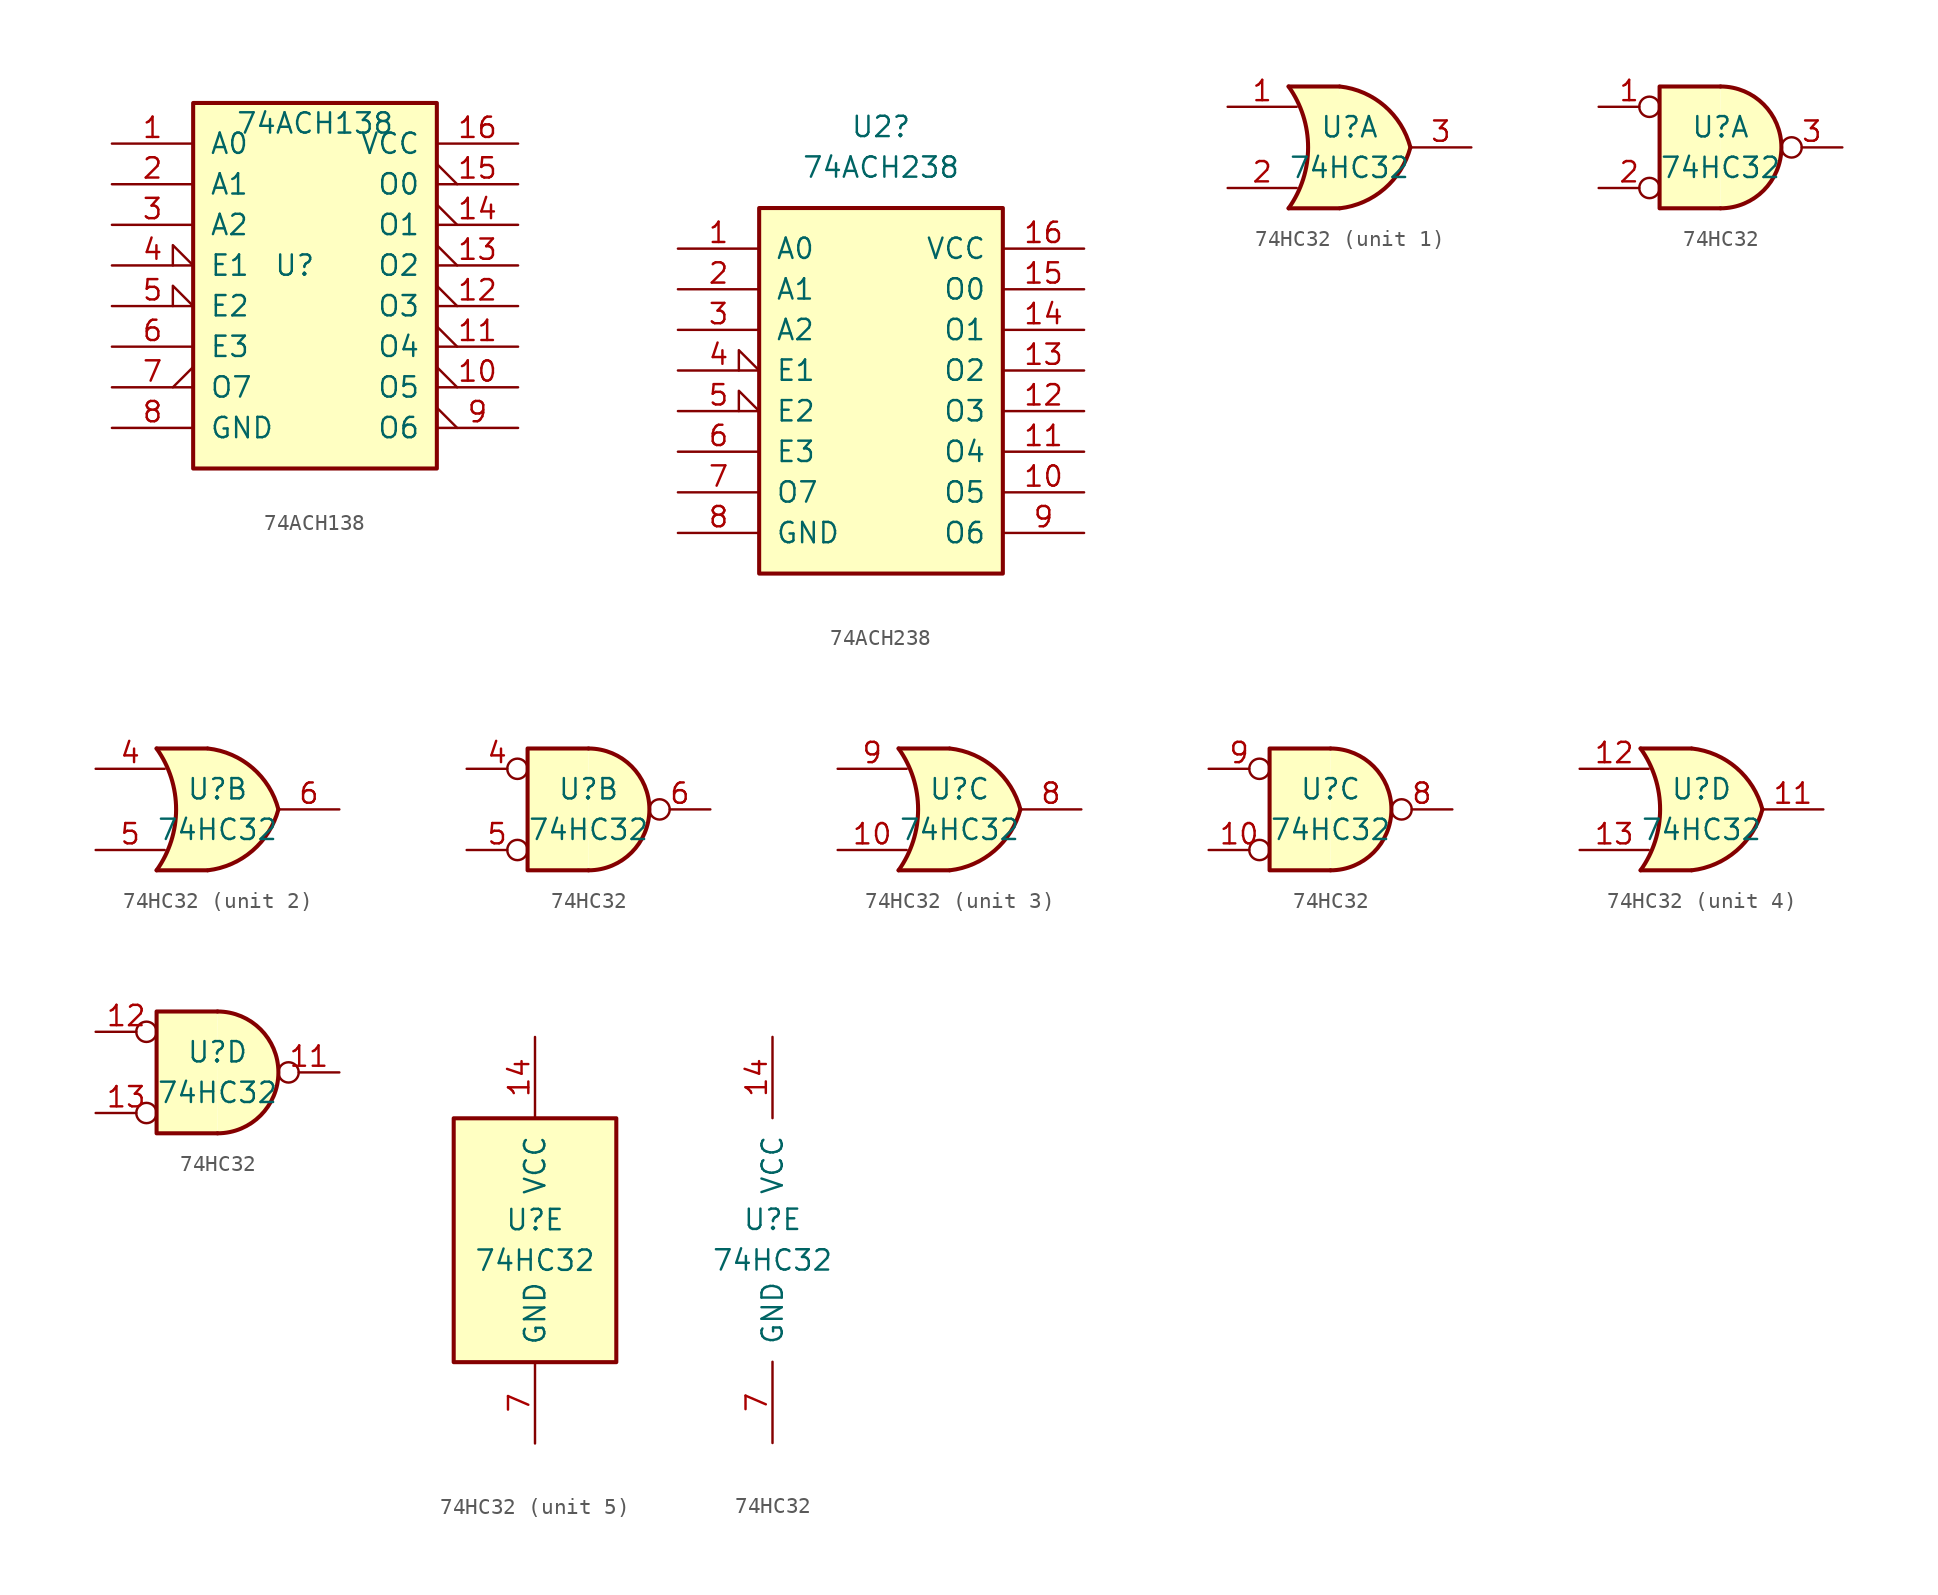
<source format=kicad_sym>
(kicad_symbol_lib
  (version 20220914)
  (generator kicad_symbol_editor)
  (symbol "74ACH138"
    (pin_names
      (offset 1.016))
    (property "Reference" "U"
      (at -1.27 0 0)
      (effects (font (size 1.27 1.27))))
    (property "Value" "74ACH138"
      (at 0 8.89 0)
      (effects (font (size 1.27 1.27))))
    (symbol "74ACH138_1_0"
      (pin input line (at -12.7 7.62 0) (length 5.08) (name "A0" (effects (font (size 1.27 1.27)))) (number "1" (effects (font (size 1.27 1.27)))))
      (pin output output_low (at 12.7 -7.62 180) (length 5.08) (name "O5" (effects (font (size 1.27 1.27)))) (number "10" (effects (font (size 1.27 1.27)))))
      (pin output output_low (at 12.7 -5.08 180) (length 5.08) (name "O4" (effects (font (size 1.27 1.27)))) (number "11" (effects (font (size 1.27 1.27)))))
      (pin output output_low (at 12.7 -2.54 180) (length 5.08) (name "O3" (effects (font (size 1.27 1.27)))) (number "12" (effects (font (size 1.27 1.27)))))
      (pin output output_low (at 12.7 0 180) (length 5.08) (name "O2" (effects (font (size 1.27 1.27)))) (number "13" (effects (font (size 1.27 1.27)))))
      (pin output output_low (at 12.7 2.54 180) (length 5.08) (name "O1" (effects (font (size 1.27 1.27)))) (number "14" (effects (font (size 1.27 1.27)))))
      (pin output output_low (at 12.7 5.08 180) (length 5.08) (name "O0" (effects (font (size 1.27 1.27)))) (number "15" (effects (font (size 1.27 1.27)))))
      (pin power_in line (at 12.7 7.62 180) (length 5.08) (name "VCC" (effects (font (size 1.27 1.27)))) (number "16" (effects (font (size 1.27 1.27)))))
      (pin input line (at -12.7 5.08 0) (length 5.08) (name "A1" (effects (font (size 1.27 1.27)))) (number "2" (effects (font (size 1.27 1.27)))))
      (pin input line (at -12.7 2.54 0) (length 5.08) (name "A2" (effects (font (size 1.27 1.27)))) (number "3" (effects (font (size 1.27 1.27)))))
      (pin input input_low (at -12.7 0 0) (length 5.08) (name "E1" (effects (font (size 1.27 1.27)))) (number "4" (effects (font (size 1.27 1.27)))))
      (pin input input_low (at -12.7 -2.54 0) (length 5.08) (name "E2" (effects (font (size 1.27 1.27)))) (number "5" (effects (font (size 1.27 1.27)))))
      (pin input line (at -12.7 -5.08 0) (length 5.08) (name "E3" (effects (font (size 1.27 1.27)))) (number "6" (effects (font (size 1.27 1.27)))))
      (pin output output_low (at -12.7 -7.62 0) (length 5.08) (name "O7" (effects (font (size 1.27 1.27)))) (number "7" (effects (font (size 1.27 1.27)))))
      (pin power_in line (at -12.7 -10.16 0) (length 5.08) (name "GND" (effects (font (size 1.27 1.27)))) (number "8" (effects (font (size 1.27 1.27)))))
      (pin output output_low (at 12.7 -10.16 180) (length 5.08) (name "O6" (effects (font (size 1.27 1.27)))) (number "9" (effects (font (size 1.27 1.27))))))
    (symbol "74ACH138_1_1"
      (rectangle (start -7.62 10.16) (end 7.62 -12.7) (stroke (width 0.254) (type default)) (fill (type background)))))
  (symbol "74ACH238"
    (pin_names
      (offset 1.016))
    (property "Reference" "U2"
      (at 0 15.24 0)
      (effects (font (size 1.27 1.27))))
    (property "Value" "74ACH238"
      (at 0 12.7 0)
      (effects (font (size 1.27 1.27))))
    (symbol "74ACH238_1_0"
      (pin input line (at -12.7 7.62 0) (length 5.08) (name "A0" (effects (font (size 1.27 1.27)))) (number "1" (effects (font (size 1.27 1.27)))))
      (pin output line (at 12.7 -7.62 180) (length 5.08) (name "O5" (effects (font (size 1.27 1.27)))) (number "10" (effects (font (size 1.27 1.27)))))
      (pin output line (at 12.7 -5.08 180) (length 5.08) (name "O4" (effects (font (size 1.27 1.27)))) (number "11" (effects (font (size 1.27 1.27)))))
      (pin output line (at 12.7 -2.54 180) (length 5.08) (name "O3" (effects (font (size 1.27 1.27)))) (number "12" (effects (font (size 1.27 1.27)))))
      (pin output line (at 12.7 0 180) (length 5.08) (name "O2" (effects (font (size 1.27 1.27)))) (number "13" (effects (font (size 1.27 1.27)))))
      (pin output line (at 12.7 2.54 180) (length 5.08) (name "O1" (effects (font (size 1.27 1.27)))) (number "14" (effects (font (size 1.27 1.27)))))
      (pin output line (at 12.7 5.08 180) (length 5.08) (name "O0" (effects (font (size 1.27 1.27)))) (number "15" (effects (font (size 1.27 1.27)))))
      (pin power_in line (at 12.7 7.62 180) (length 5.08) (name "VCC" (effects (font (size 1.27 1.27)))) (number "16" (effects (font (size 1.27 1.27)))))
      (pin input line (at -12.7 5.08 0) (length 5.08) (name "A1" (effects (font (size 1.27 1.27)))) (number "2" (effects (font (size 1.27 1.27)))))
      (pin input line (at -12.7 2.54 0) (length 5.08) (name "A2" (effects (font (size 1.27 1.27)))) (number "3" (effects (font (size 1.27 1.27)))))
      (pin input input_low (at -12.7 0 0) (length 5.08) (name "E1" (effects (font (size 1.27 1.27)))) (number "4" (effects (font (size 1.27 1.27)))))
      (pin input input_low (at -12.7 -2.54 0) (length 5.08) (name "E2" (effects (font (size 1.27 1.27)))) (number "5" (effects (font (size 1.27 1.27)))))
      (pin input line (at -12.7 -5.08 0) (length 5.08) (name "E3" (effects (font (size 1.27 1.27)))) (number "6" (effects (font (size 1.27 1.27)))))
      (pin output line (at -12.7 -7.62 0) (length 5.08) (name "O7" (effects (font (size 1.27 1.27)))) (number "7" (effects (font (size 1.27 1.27)))))
      (pin power_in line (at -12.7 -10.16 0) (length 5.08) (name "GND" (effects (font (size 1.27 1.27)))) (number "8" (effects (font (size 1.27 1.27)))))
      (pin output line (at 12.7 -10.16 180) (length 5.08) (name "O6" (effects (font (size 1.27 1.27)))) (number "9" (effects (font (size 1.27 1.27))))))
    (symbol "74ACH238_1_1"
      (rectangle (start -7.62 10.16) (end 7.62 -12.7) (stroke (width 0.254) (type default)) (fill (type background)))))
  (symbol "74HC32"
    (pin_names
      (offset 1.016))
    (property "Reference" "U"
      (at 0 1.27 0)
      (effects (font (size 1.27 1.27))))
    (property "Value" "74HC32"
      (at 0 -1.27 0)
      (effects (font (size 1.27 1.27))))
    (property "ki_locked" ""
      (at 0 0 0)
      (effects (font (size 1.27 1.27))))
    (symbol "74HC32_1_1"
      (arc (start -3.81 -3.81) (mid -2.589 0) (end -3.81 3.81) (stroke (width 0.254) (type default)) (fill (type none)))
      (arc (start -0.6096 -3.81) (mid 2.1842 -2.5851) (end 3.81 0) (stroke (width 0.254) (type default)) (fill (type background)))
      (polyline (pts (xy -3.81 -3.81) (xy -0.635 -3.81)) (stroke (width 0.254) (type default)) (fill (type background)))
      (polyline (pts (xy -3.81 3.81) (xy -0.635 3.81)) (stroke (width 0.254) (type default)) (fill (type background)))
      (polyline (pts (xy -0.635 3.81) (xy -3.81 3.81) (xy -3.81 3.81) (xy -3.556 3.404) (xy -3.023 2.261) (xy -2.692 1.041) (xy -2.616 -0.254) (xy -2.769 -1.499) (xy -3.175 -2.718) (xy -3.81 -3.81) (xy -3.81 -3.81) (xy -0.635 -3.81)) (stroke (width -25.4) (type default)) (fill (type background)))
      (arc (start 3.81 0) (mid 2.1915 2.5936) (end -0.6096 3.81) (stroke (width 0.254) (type default)) (fill (type background)))
      (pin input line (at -7.62 2.54 0) (length 4.318) (name "~" (effects (font (size 1.27 1.27)))) (number "1" (effects (font (size 1.27 1.27)))))
      (pin input line (at -7.62 -2.54 0) (length 4.318) (name "~" (effects (font (size 1.27 1.27)))) (number "2" (effects (font (size 1.27 1.27)))))
      (pin output line (at 7.62 0 180) (length 3.81) (name "~" (effects (font (size 1.27 1.27)))) (number "3" (effects (font (size 1.27 1.27))))))
    (symbol "74HC32_1_2"
      (arc (start 0 -3.81) (mid 3.7934 0) (end 0 3.81) (stroke (width 0.254) (type default)) (fill (type background)))
      (polyline (pts (xy 0 3.81) (xy -3.81 3.81) (xy -3.81 -3.81) (xy 0 -3.81)) (stroke (width 0.254) (type default)) (fill (type background)))
      (pin input inverted (at -7.62 2.54 0) (length 3.81) (name "~" (effects (font (size 1.27 1.27)))) (number "1" (effects (font (size 1.27 1.27)))))
      (pin input inverted (at -7.62 -2.54 0) (length 3.81) (name "~" (effects (font (size 1.27 1.27)))) (number "2" (effects (font (size 1.27 1.27)))))
      (pin output inverted (at 7.62 0 180) (length 3.81) (name "~" (effects (font (size 1.27 1.27)))) (number "3" (effects (font (size 1.27 1.27))))))
    (symbol "74HC32_2_1"
      (arc (start -3.81 -3.81) (mid -2.589 0) (end -3.81 3.81) (stroke (width 0.254) (type default)) (fill (type none)))
      (arc (start -0.6096 -3.81) (mid 2.1842 -2.5851) (end 3.81 0) (stroke (width 0.254) (type default)) (fill (type background)))
      (polyline (pts (xy -3.81 -3.81) (xy -0.635 -3.81)) (stroke (width 0.254) (type default)) (fill (type background)))
      (polyline (pts (xy -3.81 3.81) (xy -0.635 3.81)) (stroke (width 0.254) (type default)) (fill (type background)))
      (polyline (pts (xy -0.635 3.81) (xy -3.81 3.81) (xy -3.81 3.81) (xy -3.556 3.404) (xy -3.023 2.261) (xy -2.692 1.041) (xy -2.616 -0.254) (xy -2.769 -1.499) (xy -3.175 -2.718) (xy -3.81 -3.81) (xy -3.81 -3.81) (xy -0.635 -3.81)) (stroke (width -25.4) (type default)) (fill (type background)))
      (arc (start 3.81 0) (mid 2.1915 2.5936) (end -0.6096 3.81) (stroke (width 0.254) (type default)) (fill (type background)))
      (pin input line (at -7.62 2.54 0) (length 4.318) (name "~" (effects (font (size 1.27 1.27)))) (number "4" (effects (font (size 1.27 1.27)))))
      (pin input line (at -7.62 -2.54 0) (length 4.318) (name "~" (effects (font (size 1.27 1.27)))) (number "5" (effects (font (size 1.27 1.27)))))
      (pin output line (at 7.62 0 180) (length 3.81) (name "~" (effects (font (size 1.27 1.27)))) (number "6" (effects (font (size 1.27 1.27))))))
    (symbol "74HC32_2_2"
      (arc (start 0 -3.81) (mid 3.7934 0) (end 0 3.81) (stroke (width 0.254) (type default)) (fill (type background)))
      (polyline (pts (xy 0 3.81) (xy -3.81 3.81) (xy -3.81 -3.81) (xy 0 -3.81)) (stroke (width 0.254) (type default)) (fill (type background)))
      (pin input inverted (at -7.62 2.54 0) (length 3.81) (name "~" (effects (font (size 1.27 1.27)))) (number "4" (effects (font (size 1.27 1.27)))))
      (pin input inverted (at -7.62 -2.54 0) (length 3.81) (name "~" (effects (font (size 1.27 1.27)))) (number "5" (effects (font (size 1.27 1.27)))))
      (pin output inverted (at 7.62 0 180) (length 3.81) (name "~" (effects (font (size 1.27 1.27)))) (number "6" (effects (font (size 1.27 1.27))))))
    (symbol "74HC32_3_1"
      (arc (start -3.81 -3.81) (mid -2.589 0) (end -3.81 3.81) (stroke (width 0.254) (type default)) (fill (type none)))
      (arc (start -0.6096 -3.81) (mid 2.1842 -2.5851) (end 3.81 0) (stroke (width 0.254) (type default)) (fill (type background)))
      (polyline (pts (xy -3.81 -3.81) (xy -0.635 -3.81)) (stroke (width 0.254) (type default)) (fill (type background)))
      (polyline (pts (xy -3.81 3.81) (xy -0.635 3.81)) (stroke (width 0.254) (type default)) (fill (type background)))
      (polyline (pts (xy -0.635 3.81) (xy -3.81 3.81) (xy -3.81 3.81) (xy -3.556 3.404) (xy -3.023 2.261) (xy -2.692 1.041) (xy -2.616 -0.254) (xy -2.769 -1.499) (xy -3.175 -2.718) (xy -3.81 -3.81) (xy -3.81 -3.81) (xy -0.635 -3.81)) (stroke (width -25.4) (type default)) (fill (type background)))
      (arc (start 3.81 0) (mid 2.1915 2.5936) (end -0.6096 3.81) (stroke (width 0.254) (type default)) (fill (type background)))
      (pin input line (at -7.62 -2.54 0) (length 4.318) (name "~" (effects (font (size 1.27 1.27)))) (number "10" (effects (font (size 1.27 1.27)))))
      (pin output line (at 7.62 0 180) (length 3.81) (name "~" (effects (font (size 1.27 1.27)))) (number "8" (effects (font (size 1.27 1.27)))))
      (pin input line (at -7.62 2.54 0) (length 4.318) (name "~" (effects (font (size 1.27 1.27)))) (number "9" (effects (font (size 1.27 1.27))))))
    (symbol "74HC32_3_2"
      (arc (start 0 -3.81) (mid 3.7934 0) (end 0 3.81) (stroke (width 0.254) (type default)) (fill (type background)))
      (polyline (pts (xy 0 3.81) (xy -3.81 3.81) (xy -3.81 -3.81) (xy 0 -3.81)) (stroke (width 0.254) (type default)) (fill (type background)))
      (pin input inverted (at -7.62 -2.54 0) (length 3.81) (name "~" (effects (font (size 1.27 1.27)))) (number "10" (effects (font (size 1.27 1.27)))))
      (pin output inverted (at 7.62 0 180) (length 3.81) (name "~" (effects (font (size 1.27 1.27)))) (number "8" (effects (font (size 1.27 1.27)))))
      (pin input inverted (at -7.62 2.54 0) (length 3.81) (name "~" (effects (font (size 1.27 1.27)))) (number "9" (effects (font (size 1.27 1.27))))))
    (symbol "74HC32_4_1"
      (arc (start -3.81 -3.81) (mid -2.589 0) (end -3.81 3.81) (stroke (width 0.254) (type default)) (fill (type none)))
      (arc (start -0.6096 -3.81) (mid 2.1842 -2.5851) (end 3.81 0) (stroke (width 0.254) (type default)) (fill (type background)))
      (polyline (pts (xy -3.81 -3.81) (xy -0.635 -3.81)) (stroke (width 0.254) (type default)) (fill (type background)))
      (polyline (pts (xy -3.81 3.81) (xy -0.635 3.81)) (stroke (width 0.254) (type default)) (fill (type background)))
      (polyline (pts (xy -0.635 3.81) (xy -3.81 3.81) (xy -3.81 3.81) (xy -3.556 3.404) (xy -3.023 2.261) (xy -2.692 1.041) (xy -2.616 -0.254) (xy -2.769 -1.499) (xy -3.175 -2.718) (xy -3.81 -3.81) (xy -3.81 -3.81) (xy -0.635 -3.81)) (stroke (width -25.4) (type default)) (fill (type background)))
      (arc (start 3.81 0) (mid 2.1915 2.5936) (end -0.6096 3.81) (stroke (width 0.254) (type default)) (fill (type background)))
      (pin output line (at 7.62 0 180) (length 3.81) (name "~" (effects (font (size 1.27 1.27)))) (number "11" (effects (font (size 1.27 1.27)))))
      (pin input line (at -7.62 2.54 0) (length 4.318) (name "~" (effects (font (size 1.27 1.27)))) (number "12" (effects (font (size 1.27 1.27)))))
      (pin input line (at -7.62 -2.54 0) (length 4.318) (name "~" (effects (font (size 1.27 1.27)))) (number "13" (effects (font (size 1.27 1.27))))))
    (symbol "74HC32_4_2"
      (arc (start 0 -3.81) (mid 3.7934 0) (end 0 3.81) (stroke (width 0.254) (type default)) (fill (type background)))
      (polyline (pts (xy 0 3.81) (xy -3.81 3.81) (xy -3.81 -3.81) (xy 0 -3.81)) (stroke (width 0.254) (type default)) (fill (type background)))
      (pin output inverted (at 7.62 0 180) (length 3.81) (name "~" (effects (font (size 1.27 1.27)))) (number "11" (effects (font (size 1.27 1.27)))))
      (pin input inverted (at -7.62 2.54 0) (length 3.81) (name "~" (effects (font (size 1.27 1.27)))) (number "12" (effects (font (size 1.27 1.27)))))
      (pin input inverted (at -7.62 -2.54 0) (length 3.81) (name "~" (effects (font (size 1.27 1.27)))) (number "13" (effects (font (size 1.27 1.27))))))
    (symbol "74HC32_5_0"
      (pin power_in line (at 0 12.7 270) (length 5.08) (name "VCC" (effects (font (size 1.27 1.27)))) (number "14" (effects (font (size 1.27 1.27)))))
      (pin power_in line (at 0 -12.7 90) (length 5.08) (name "GND" (effects (font (size 1.27 1.27)))) (number "7" (effects (font (size 1.27 1.27))))))
    (symbol "74HC32_5_1"
      (rectangle (start -5.08 7.62) (end 5.08 -7.62) (stroke (width 0.254) (type default)) (fill (type background))))))
</source>
